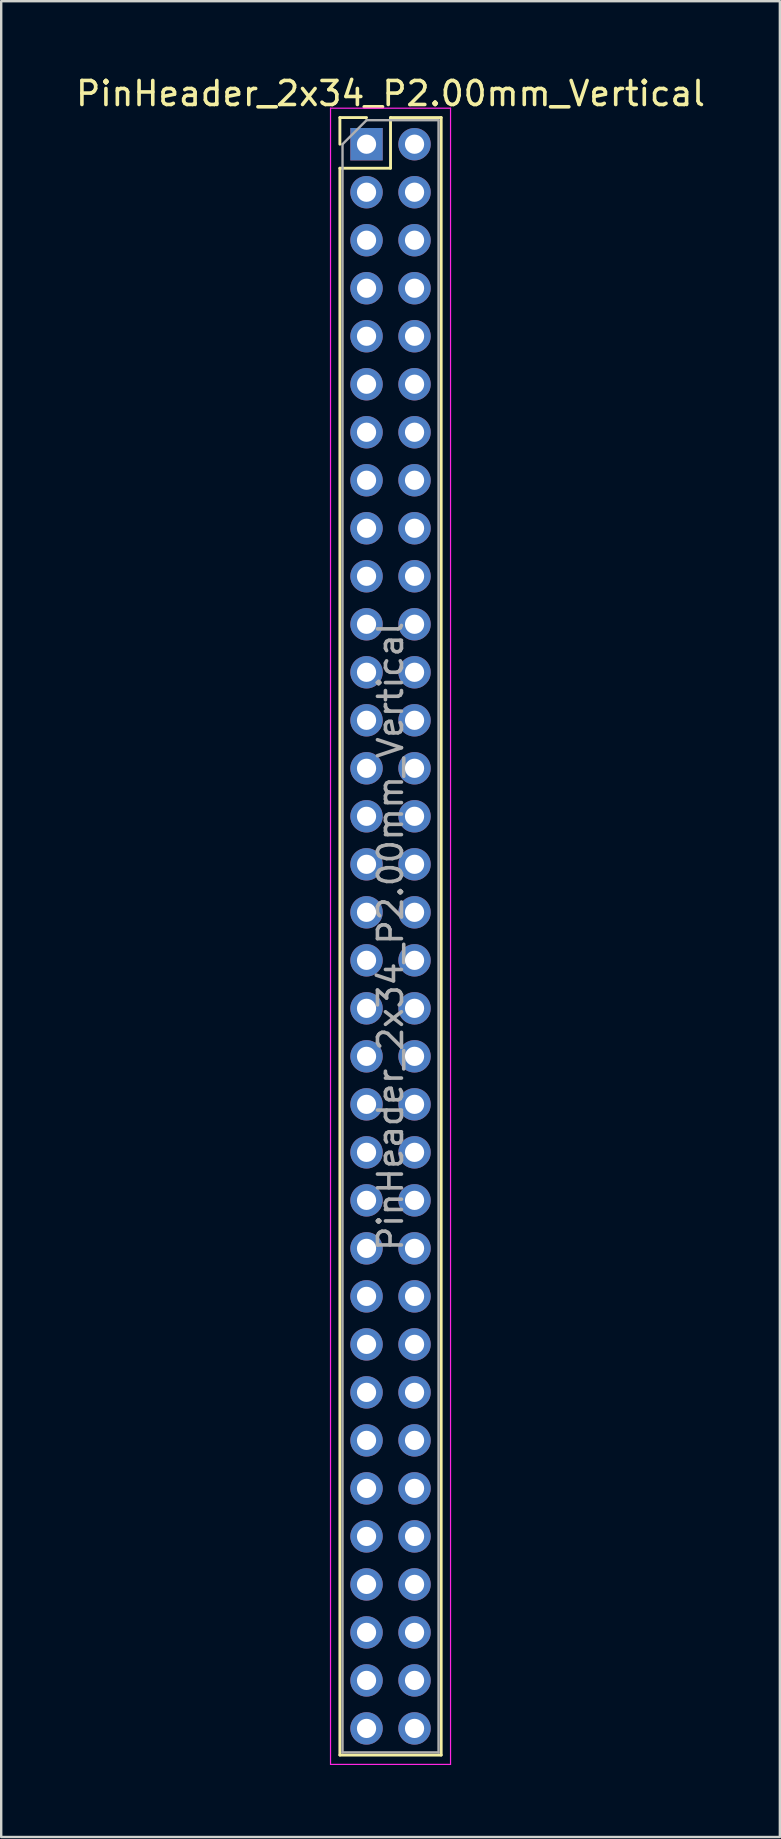
<source format=kicad_pcb>
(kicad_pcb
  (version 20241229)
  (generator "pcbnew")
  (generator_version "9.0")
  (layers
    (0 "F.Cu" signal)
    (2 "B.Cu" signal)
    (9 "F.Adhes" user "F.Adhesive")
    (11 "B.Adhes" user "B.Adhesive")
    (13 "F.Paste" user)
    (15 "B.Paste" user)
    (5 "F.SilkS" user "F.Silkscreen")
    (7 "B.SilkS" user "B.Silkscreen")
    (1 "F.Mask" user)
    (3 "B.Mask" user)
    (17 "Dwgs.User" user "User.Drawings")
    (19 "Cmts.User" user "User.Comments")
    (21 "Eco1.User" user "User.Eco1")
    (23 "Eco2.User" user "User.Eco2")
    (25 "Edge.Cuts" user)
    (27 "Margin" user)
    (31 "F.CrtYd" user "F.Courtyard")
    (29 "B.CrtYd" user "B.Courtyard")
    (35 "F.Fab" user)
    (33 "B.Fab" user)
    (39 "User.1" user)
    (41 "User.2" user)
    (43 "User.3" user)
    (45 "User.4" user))
  (footprint "PinHeader_2x34_P2.00mm_Vertical"
    (layer "F.Cu")
    (at 12.22 2.958)
    (property "Reference" "PinHeader_2x34_P2.00mm_Vertical" (at 1 -2.11 0) (layer "F.SilkS") (effects (font (size 1 1) (thickness 0.15))))
    (attr through_hole)
    (fp_line (start -1.11 -1.11) (end 0 -1.11) (stroke (width 0.12) (type solid)) (layer "F.SilkS"))
    (fp_line (start -1.11 0) (end -1.11 -1.11) (stroke (width 0.12) (type solid)) (layer "F.SilkS"))
    (fp_line (start -1.11 1) (end -1.11 67.11) (stroke (width 0.12) (type solid)) (layer "F.SilkS"))
    (fp_line (start -1.11 1) (end 1 1) (stroke (width 0.12) (type solid)) (layer "F.SilkS"))
    (fp_line (start -1.11 67.11) (end 3.11 67.11) (stroke (width 0.12) (type solid)) (layer "F.SilkS"))
    (fp_line (start 1 -1.11) (end 3.11 -1.11) (stroke (width 0.12) (type solid)) (layer "F.SilkS"))
    (fp_line (start 1 1) (end 1 -1.11) (stroke (width 0.12) (type solid)) (layer "F.SilkS"))
    (fp_line (start 3.11 -1.11) (end 3.11 67.11) (stroke (width 0.12) (type solid)) (layer "F.SilkS"))
    (fp_line (start -1.5 -1.5) (end -1.5 67.5) (stroke (width 0.05) (type solid)) (layer "F.CrtYd"))
    (fp_line (start -1.5 67.5) (end 3.5 67.5) (stroke (width 0.05) (type solid)) (layer "F.CrtYd"))
    (fp_line (start 3.5 -1.5) (end -1.5 -1.5) (stroke (width 0.05) (type solid)) (layer "F.CrtYd"))
    (fp_line (start 3.5 67.5) (end 3.5 -1.5) (stroke (width 0.05) (type solid)) (layer "F.CrtYd"))
    (fp_line (start -1 0) (end 0 -1) (stroke (width 0.1) (type solid)) (layer "F.Fab"))
    (fp_line (start -1 67) (end -1 0) (stroke (width 0.1) (type solid)) (layer "F.Fab"))
    (fp_line (start 0 -1) (end 3 -1) (stroke (width 0.1) (type solid)) (layer "F.Fab"))
    (fp_line (start 3 -1) (end 3 67) (stroke (width 0.1) (type solid)) (layer "F.Fab"))
    (fp_line (start 3 67) (end -1 67) (stroke (width 0.1) (type solid)) (layer "F.Fab"))
    (fp_text user "${REFERENCE}" (at 1 33 90) (layer "F.Fab") (effects (font (size 1 1) (thickness 0.15))))
    (pad "1" thru_hole rect (at 0 0) (size 1.35 1.35) (drill 0.8) (layers "*.Cu" "*.Mask"))
    (pad "2" thru_hole circle (at 2 0) (size 1.35 1.35) (drill 0.8) (layers "*.Cu" "*.Mask"))
    (pad "3" thru_hole circle (at 0 2) (size 1.35 1.35) (drill 0.8) (layers "*.Cu" "*.Mask"))
    (pad "4" thru_hole circle (at 2 2) (size 1.35 1.35) (drill 0.8) (layers "*.Cu" "*.Mask"))
    (pad "5" thru_hole circle (at 0 4) (size 1.35 1.35) (drill 0.8) (layers "*.Cu" "*.Mask"))
    (pad "6" thru_hole circle (at 2 4) (size 1.35 1.35) (drill 0.8) (layers "*.Cu" "*.Mask"))
    (pad "7" thru_hole circle (at 0 6) (size 1.35 1.35) (drill 0.8) (layers "*.Cu" "*.Mask"))
    (pad "8" thru_hole circle (at 2 6) (size 1.35 1.35) (drill 0.8) (layers "*.Cu" "*.Mask"))
    (pad "9" thru_hole circle (at 0 8) (size 1.35 1.35) (drill 0.8) (layers "*.Cu" "*.Mask"))
    (pad "10" thru_hole circle (at 2 8) (size 1.35 1.35) (drill 0.8) (layers "*.Cu" "*.Mask"))
    (pad "11" thru_hole circle (at 0 10) (size 1.35 1.35) (drill 0.8) (layers "*.Cu" "*.Mask"))
    (pad "12" thru_hole circle (at 2 10) (size 1.35 1.35) (drill 0.8) (layers "*.Cu" "*.Mask"))
    (pad "13" thru_hole circle (at 0 12) (size 1.35 1.35) (drill 0.8) (layers "*.Cu" "*.Mask"))
    (pad "14" thru_hole circle (at 2 12) (size 1.35 1.35) (drill 0.8) (layers "*.Cu" "*.Mask"))
    (pad "15" thru_hole circle (at 0 14) (size 1.35 1.35) (drill 0.8) (layers "*.Cu" "*.Mask"))
    (pad "16" thru_hole circle (at 2 14) (size 1.35 1.35) (drill 0.8) (layers "*.Cu" "*.Mask"))
    (pad "17" thru_hole circle (at 0 16) (size 1.35 1.35) (drill 0.8) (layers "*.Cu" "*.Mask"))
    (pad "18" thru_hole circle (at 2 16) (size 1.35 1.35) (drill 0.8) (layers "*.Cu" "*.Mask"))
    (pad "19" thru_hole circle (at 0 18) (size 1.35 1.35) (drill 0.8) (layers "*.Cu" "*.Mask"))
    (pad "20" thru_hole circle (at 2 18) (size 1.35 1.35) (drill 0.8) (layers "*.Cu" "*.Mask"))
    (pad "21" thru_hole circle (at 0 20) (size 1.35 1.35) (drill 0.8) (layers "*.Cu" "*.Mask"))
    (pad "22" thru_hole circle (at 2 20) (size 1.35 1.35) (drill 0.8) (layers "*.Cu" "*.Mask"))
    (pad "23" thru_hole circle (at 0 22) (size 1.35 1.35) (drill 0.8) (layers "*.Cu" "*.Mask"))
    (pad "24" thru_hole circle (at 2 22) (size 1.35 1.35) (drill 0.8) (layers "*.Cu" "*.Mask"))
    (pad "25" thru_hole circle (at 0 24) (size 1.35 1.35) (drill 0.8) (layers "*.Cu" "*.Mask"))
    (pad "26" thru_hole circle (at 2 24) (size 1.35 1.35) (drill 0.8) (layers "*.Cu" "*.Mask"))
    (pad "27" thru_hole circle (at 0 26) (size 1.35 1.35) (drill 0.8) (layers "*.Cu" "*.Mask"))
    (pad "28" thru_hole circle (at 2 26) (size 1.35 1.35) (drill 0.8) (layers "*.Cu" "*.Mask"))
    (pad "29" thru_hole circle (at 0 28) (size 1.35 1.35) (drill 0.8) (layers "*.Cu" "*.Mask"))
    (pad "30" thru_hole circle (at 2 28) (size 1.35 1.35) (drill 0.8) (layers "*.Cu" "*.Mask"))
    (pad "31" thru_hole circle (at 0 30) (size 1.35 1.35) (drill 0.8) (layers "*.Cu" "*.Mask"))
    (pad "32" thru_hole circle (at 2 30) (size 1.35 1.35) (drill 0.8) (layers "*.Cu" "*.Mask"))
    (pad "33" thru_hole circle (at 0 32) (size 1.35 1.35) (drill 0.8) (layers "*.Cu" "*.Mask"))
    (pad "34" thru_hole circle (at 2 32) (size 1.35 1.35) (drill 0.8) (layers "*.Cu" "*.Mask"))
    (pad "35" thru_hole circle (at 0 34) (size 1.35 1.35) (drill 0.8) (layers "*.Cu" "*.Mask"))
    (pad "36" thru_hole circle (at 2 34) (size 1.35 1.35) (drill 0.8) (layers "*.Cu" "*.Mask"))
    (pad "37" thru_hole circle (at 0 36) (size 1.35 1.35) (drill 0.8) (layers "*.Cu" "*.Mask"))
    (pad "38" thru_hole circle (at 2 36) (size 1.35 1.35) (drill 0.8) (layers "*.Cu" "*.Mask"))
    (pad "39" thru_hole circle (at 0 38) (size 1.35 1.35) (drill 0.8) (layers "*.Cu" "*.Mask"))
    (pad "40" thru_hole circle (at 2 38) (size 1.35 1.35) (drill 0.8) (layers "*.Cu" "*.Mask"))
    (pad "41" thru_hole circle (at 0 40) (size 1.35 1.35) (drill 0.8) (layers "*.Cu" "*.Mask"))
    (pad "42" thru_hole circle (at 2 40) (size 1.35 1.35) (drill 0.8) (layers "*.Cu" "*.Mask"))
    (pad "43" thru_hole circle (at 0 42) (size 1.35 1.35) (drill 0.8) (layers "*.Cu" "*.Mask"))
    (pad "44" thru_hole circle (at 2 42) (size 1.35 1.35) (drill 0.8) (layers "*.Cu" "*.Mask"))
    (pad "45" thru_hole circle (at 0 44) (size 1.35 1.35) (drill 0.8) (layers "*.Cu" "*.Mask"))
    (pad "46" thru_hole circle (at 2 44) (size 1.35 1.35) (drill 0.8) (layers "*.Cu" "*.Mask"))
    (pad "47" thru_hole circle (at 0 46) (size 1.35 1.35) (drill 0.8) (layers "*.Cu" "*.Mask"))
    (pad "48" thru_hole circle (at 2 46) (size 1.35 1.35) (drill 0.8) (layers "*.Cu" "*.Mask"))
    (pad "49" thru_hole circle (at 0 48) (size 1.35 1.35) (drill 0.8) (layers "*.Cu" "*.Mask"))
    (pad "50" thru_hole circle (at 2 48) (size 1.35 1.35) (drill 0.8) (layers "*.Cu" "*.Mask"))
    (pad "51" thru_hole circle (at 0 50) (size 1.35 1.35) (drill 0.8) (layers "*.Cu" "*.Mask"))
    (pad "52" thru_hole circle (at 2 50) (size 1.35 1.35) (drill 0.8) (layers "*.Cu" "*.Mask"))
    (pad "53" thru_hole circle (at 0 52) (size 1.35 1.35) (drill 0.8) (layers "*.Cu" "*.Mask"))
    (pad "54" thru_hole circle (at 2 52) (size 1.35 1.35) (drill 0.8) (layers "*.Cu" "*.Mask"))
    (pad "55" thru_hole circle (at 0 54) (size 1.35 1.35) (drill 0.8) (layers "*.Cu" "*.Mask"))
    (pad "56" thru_hole circle (at 2 54) (size 1.35 1.35) (drill 0.8) (layers "*.Cu" "*.Mask"))
    (pad "57" thru_hole circle (at 0 56) (size 1.35 1.35) (drill 0.8) (layers "*.Cu" "*.Mask"))
    (pad "58" thru_hole circle (at 2 56) (size 1.35 1.35) (drill 0.8) (layers "*.Cu" "*.Mask"))
    (pad "59" thru_hole circle (at 0 58) (size 1.35 1.35) (drill 0.8) (layers "*.Cu" "*.Mask"))
    (pad "60" thru_hole circle (at 2 58) (size 1.35 1.35) (drill 0.8) (layers "*.Cu" "*.Mask"))
    (pad "61" thru_hole circle (at 0 60) (size 1.35 1.35) (drill 0.8) (layers "*.Cu" "*.Mask"))
    (pad "62" thru_hole circle (at 2 60) (size 1.35 1.35) (drill 0.8) (layers "*.Cu" "*.Mask"))
    (pad "63" thru_hole circle (at 0 62) (size 1.35 1.35) (drill 0.8) (layers "*.Cu" "*.Mask"))
    (pad "64" thru_hole circle (at 2 62) (size 1.35 1.35) (drill 0.8) (layers "*.Cu" "*.Mask"))
    (pad "65" thru_hole circle (at 0 64) (size 1.35 1.35) (drill 0.8) (layers "*.Cu" "*.Mask"))
    (pad "66" thru_hole circle (at 2 64) (size 1.35 1.35) (drill 0.8) (layers "*.Cu" "*.Mask"))
    (pad "67" thru_hole circle (at 0 66) (size 1.35 1.35) (drill 0.8) (layers "*.Cu" "*.Mask"))
    (pad "68" thru_hole circle (at 2 66) (size 1.35 1.35) (drill 0.8) (layers "*.Cu" "*.Mask")))
  (gr_rect
    (start -3 -3)
    (end 29.44 73.483)
    (stroke (width 0.1) (type default))
    (fill no)
    (layer "Edge.Cuts")))
</source>
